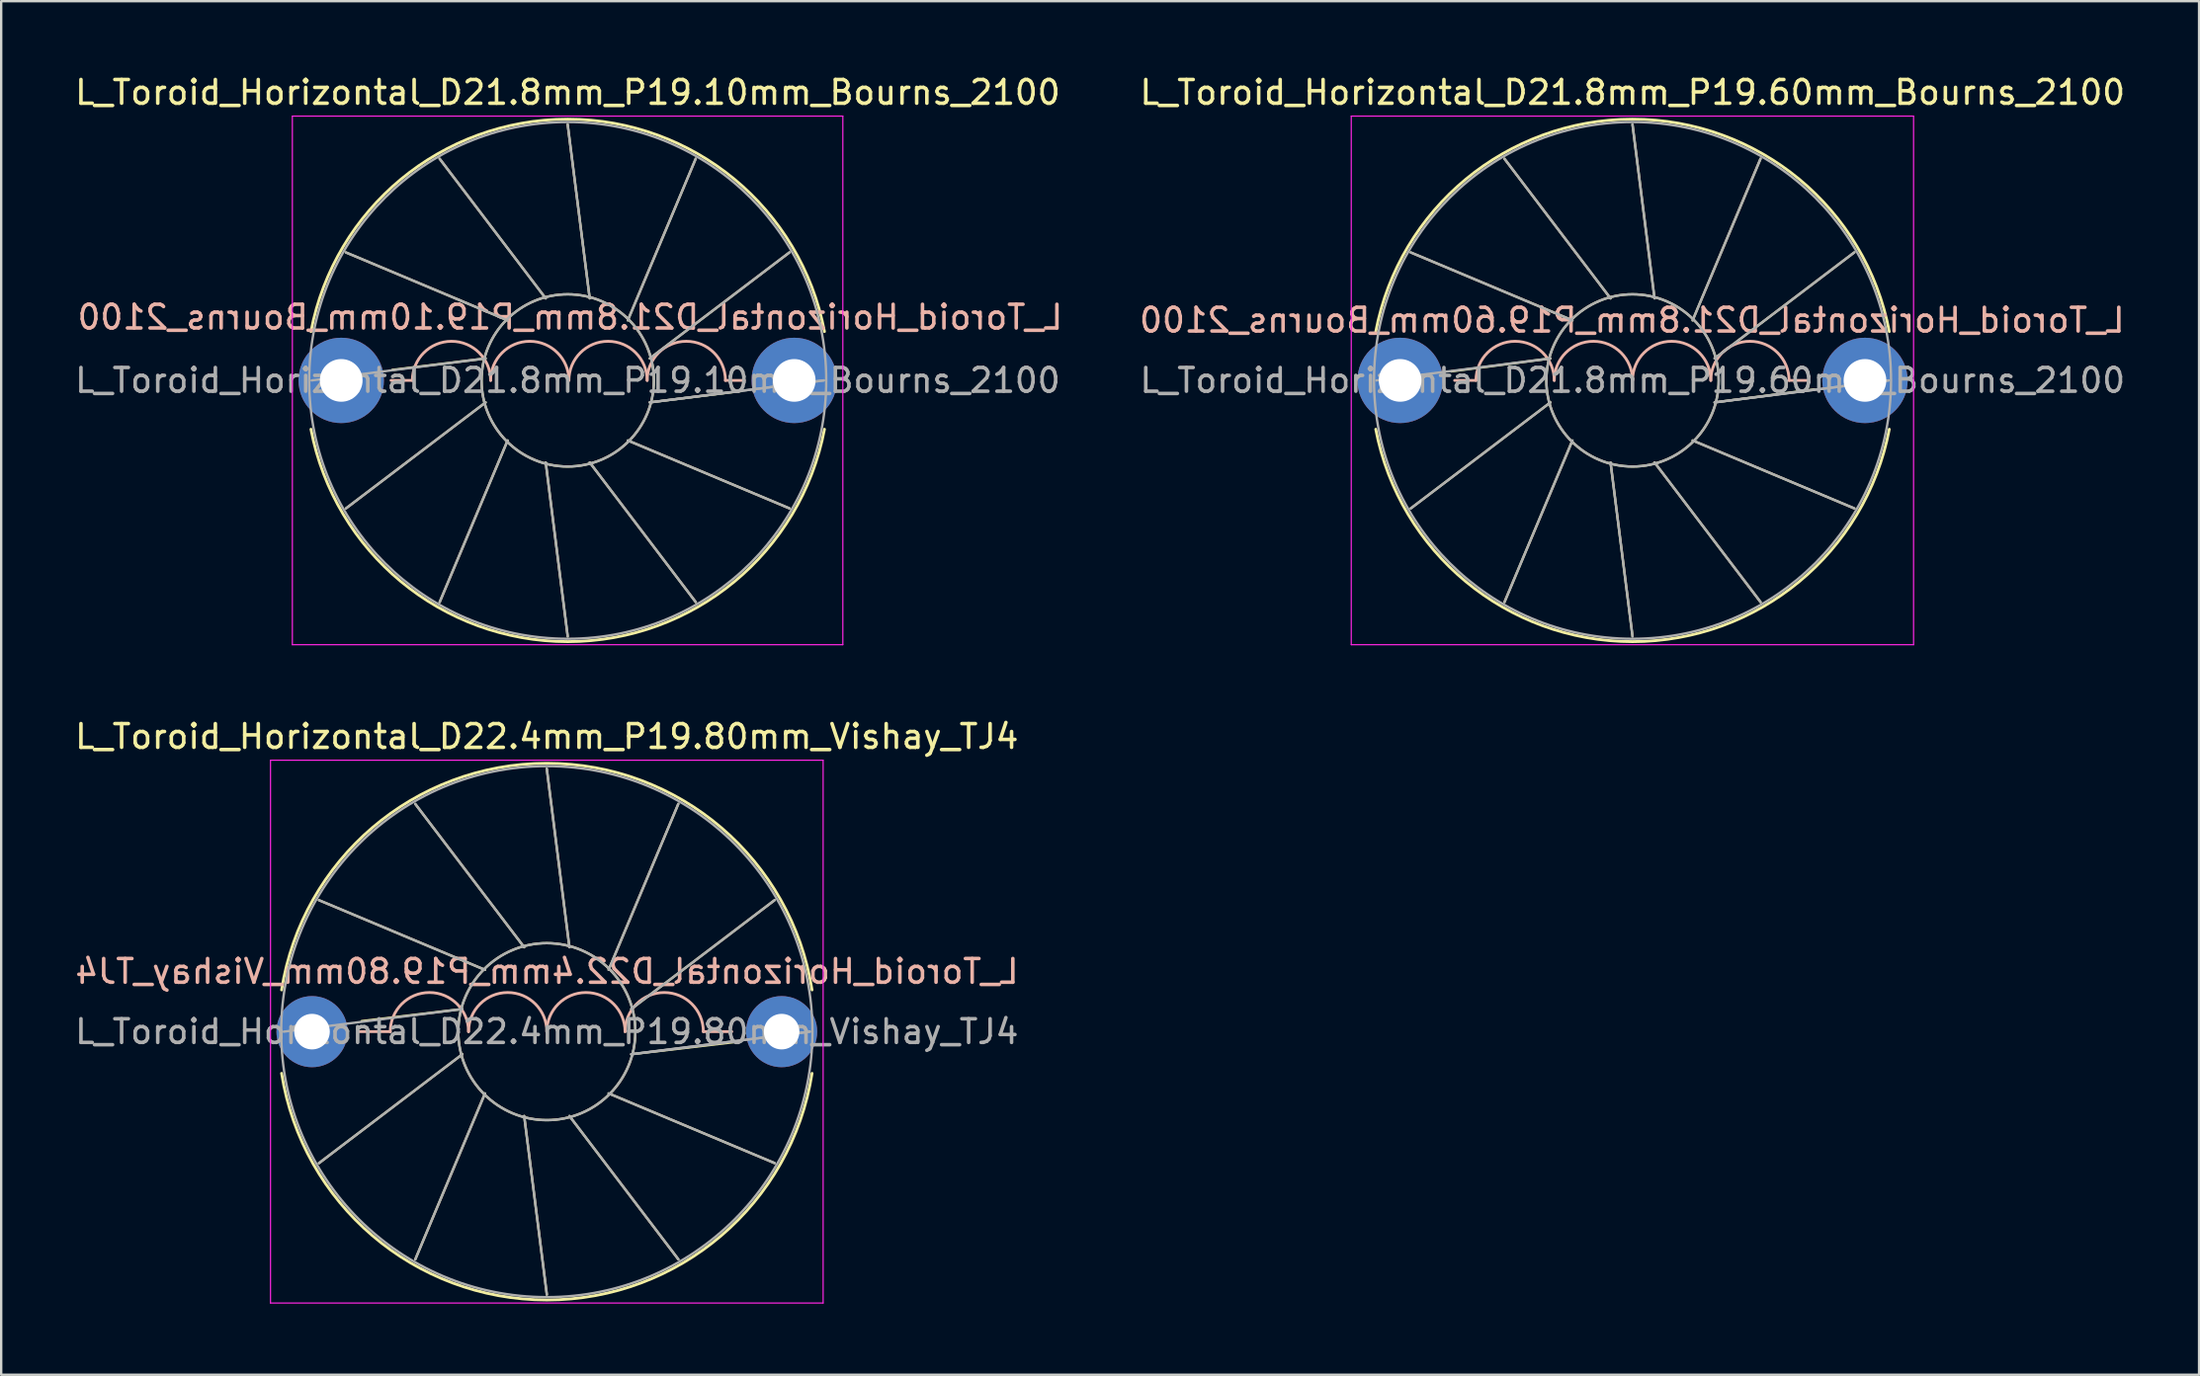
<source format=kicad_pcb>
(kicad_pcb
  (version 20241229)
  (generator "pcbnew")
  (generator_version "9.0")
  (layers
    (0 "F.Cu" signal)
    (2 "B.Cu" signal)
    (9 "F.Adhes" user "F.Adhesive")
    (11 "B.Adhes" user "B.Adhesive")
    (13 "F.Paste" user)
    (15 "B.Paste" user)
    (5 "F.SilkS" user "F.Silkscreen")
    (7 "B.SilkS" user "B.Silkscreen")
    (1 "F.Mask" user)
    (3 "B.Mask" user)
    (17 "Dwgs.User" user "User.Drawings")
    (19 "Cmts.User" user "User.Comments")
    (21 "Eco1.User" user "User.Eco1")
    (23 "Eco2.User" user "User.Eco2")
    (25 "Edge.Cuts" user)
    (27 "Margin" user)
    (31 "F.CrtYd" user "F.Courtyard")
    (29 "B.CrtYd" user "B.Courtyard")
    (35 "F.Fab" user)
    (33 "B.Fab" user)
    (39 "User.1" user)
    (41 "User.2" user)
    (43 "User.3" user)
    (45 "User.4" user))
  (footprint "L_Toroid_Horizontal_D21.8mm_P19.10mm_Bourns_2100"
    (layer "F.Cu")
    (at 11.337 12.998)
    (property "Reference" "L_Toroid_Horizontal_D21.8mm_P19.10mm_Bourns_2100" (at 9.55 -12.15 0) (layer "F.SilkS") (effects (font (size 1 1) (thickness 0.15))))
    (fp_line (start 0.197 -5.399) (end 7.016 -2.534) (stroke (width 0.1) (type solid)) (layer "F.SilkS"))
    (fp_line (start 0.198 5.401) (end 6.089 0.928) (stroke (width 0.1) (type solid)) (layer "F.SilkS"))
    (fp_line (start 2.159 -0.445) (end 6.088 -0.927) (stroke (width 0.1) (type solid)) (layer "F.SilkS"))
    (fp_line (start 4.149 -9.352) (end 8.622 -3.461) (stroke (width 0.1) (type solid)) (layer "F.SilkS"))
    (fp_line (start 4.151 9.353) (end 7.016 2.534) (stroke (width 0.1) (type solid)) (layer "F.SilkS"))
    (fp_line (start 9.548 -10.8) (end 10.477 -3.462) (stroke (width 0.1) (type solid)) (layer "F.SilkS"))
    (fp_line (start 9.55 10.8) (end 8.623 3.462) (stroke (width 0.1) (type solid)) (layer "F.SilkS"))
    (fp_line (start 14.948 -9.354) (end 12.084 -2.534) (stroke (width 0.1) (type solid)) (layer "F.SilkS"))
    (fp_line (start 14.95 9.353) (end 10.478 3.461) (stroke (width 0.1) (type solid)) (layer "F.SilkS"))
    (fp_line (start 16.891 0.445) (end 13.011 0.927) (stroke (width 0.1) (type solid)) (layer "F.SilkS"))
    (fp_line (start 18.902 -5.401) (end 13.011 -0.928) (stroke (width 0.1) (type solid)) (layer "F.SilkS"))
    (fp_line (start 18.903 5.4) (end 12.084 2.534) (stroke (width 0.1) (type solid)) (layer "F.SilkS"))
    (fp_arc (start -1.275747 -2.06) (mid 9.55 -11.02) (end 20.375747 -2.06) (stroke (width 0.12) (type solid)) (layer "F.SilkS"))
    (fp_arc (start 20.375747 2.06) (mid 9.55 11.02) (end -1.275747 2.06) (stroke (width 0.12) (type solid)) (layer "F.SilkS"))
    (fp_circle (center 9.55 0) (end 13.183 0) (stroke (width 0.1) (type solid)) (fill no) (layer "F.SilkS"))
    (fp_line (start 2.1 0) (end 3 0) (stroke (width 0.12) (type solid)) (layer "B.SilkS"))
    (fp_line (start 16.2 0) (end 17 0) (stroke (width 0.12) (type solid)) (layer "B.SilkS"))
    (fp_arc (start 3 0) (mid 4.65 -1.65) (end 6.3 0) (stroke (width 0.12) (type solid)) (layer "B.SilkS"))
    (fp_arc (start 6.3 0) (mid 7.95 -1.65) (end 9.6 0) (stroke (width 0.12) (type solid)) (layer "B.SilkS"))
    (fp_arc (start 9.6 0) (mid 11.25 -1.65) (end 12.9 0) (stroke (width 0.12) (type solid)) (layer "B.SilkS"))
    (fp_arc (start 12.9 0) (mid 14.55 -1.65) (end 16.2 0) (stroke (width 0.12) (type solid)) (layer "B.SilkS"))
    (fp_line (start -2.06 -11.15) (end -2.06 11.15) (stroke (width 0.05) (type solid)) (layer "F.CrtYd"))
    (fp_line (start -2.06 11.15) (end 21.15 11.15) (stroke (width 0.05) (type solid)) (layer "F.CrtYd"))
    (fp_line (start 21.15 -11.15) (end -2.06 -11.15) (stroke (width 0.05) (type solid)) (layer "F.CrtYd"))
    (fp_line (start 21.15 11.15) (end 21.15 -11.15) (stroke (width 0.05) (type solid)) (layer "F.CrtYd"))
    (fp_line (start -1.25 0.001) (end 6.088 -0.927) (stroke (width 0.1) (type solid)) (layer "F.Fab"))
    (fp_line (start 0.197 -5.399) (end 7.016 -2.534) (stroke (width 0.1) (type solid)) (layer "F.Fab"))
    (fp_line (start 0.198 5.401) (end 6.089 0.928) (stroke (width 0.1) (type solid)) (layer "F.Fab"))
    (fp_line (start 4.149 -9.352) (end 8.622 -3.461) (stroke (width 0.1) (type solid)) (layer "F.Fab"))
    (fp_line (start 4.151 9.353) (end 7.016 2.534) (stroke (width 0.1) (type solid)) (layer "F.Fab"))
    (fp_line (start 9.548 -10.8) (end 10.477 -3.462) (stroke (width 0.1) (type solid)) (layer "F.Fab"))
    (fp_line (start 9.55 10.8) (end 8.623 3.462) (stroke (width 0.1) (type solid)) (layer "F.Fab"))
    (fp_line (start 14.948 -9.354) (end 12.084 -2.534) (stroke (width 0.1) (type solid)) (layer "F.Fab"))
    (fp_line (start 14.95 9.353) (end 10.478 3.461) (stroke (width 0.1) (type solid)) (layer "F.Fab"))
    (fp_line (start 18.902 -5.401) (end 13.011 -0.928) (stroke (width 0.1) (type solid)) (layer "F.Fab"))
    (fp_line (start 18.903 5.4) (end 12.084 2.534) (stroke (width 0.1) (type solid)) (layer "F.Fab"))
    (fp_line (start 20.35 -0.002) (end 13.012 0.927) (stroke (width 0.1) (type solid)) (layer "F.Fab"))
    (fp_line (start 20.35 0) (end 13.011 0.927) (stroke (width 0.1) (type solid)) (layer "F.Fab"))
    (fp_circle (center 9.55 0) (end 13.183 0) (stroke (width 0.1) (type solid)) (fill no) (layer "F.Fab"))
    (fp_circle (center 9.55 0) (end 20.45 0) (stroke (width 0.1) (type solid)) (fill no) (layer "F.Fab"))
    (fp_text user "${REFERENCE}" (at 9.652 -2.667 0) (layer "B.SilkS") (effects (font (size 1 1) (thickness 0.15)) (justify mirror)))
    (fp_text user "${REFERENCE}" (at 9.55 0 0) (layer "F.Fab") (effects (font (size 1 1) (thickness 0.15))))
    (pad "1" thru_hole circle (at 0 0) (size 3.6 3.6) (drill 1.8) (layers "*.Cu" "*.Mask"))
    (pad "2" thru_hole circle (at 19.1 0) (size 3.6 3.6) (drill 1.8) (layers "*.Cu" "*.Mask")))
  (footprint "L_Toroid_Horizontal_D21.8mm_P19.60mm_Bourns_2100"
    (layer "F.Cu")
    (at 55.984 12.998)
    (property "Reference" "L_Toroid_Horizontal_D21.8mm_P19.60mm_Bourns_2100" (at 9.8 -12.15 0) (layer "F.SilkS") (effects (font (size 1 1) (thickness 0.15))))
    (fp_line (start 0.447 -5.399) (end 7.266 -2.534) (stroke (width 0.1) (type solid)) (layer "F.SilkS"))
    (fp_line (start 0.448 5.401) (end 6.339 0.928) (stroke (width 0.1) (type solid)) (layer "F.SilkS"))
    (fp_line (start 2.159 -0.381) (end 6.338 -0.927) (stroke (width 0.1) (type solid)) (layer "F.SilkS"))
    (fp_line (start 4.399 -9.352) (end 8.872 -3.461) (stroke (width 0.1) (type solid)) (layer "F.SilkS"))
    (fp_line (start 4.401 9.353) (end 7.266 2.534) (stroke (width 0.1) (type solid)) (layer "F.SilkS"))
    (fp_line (start 9.798 -10.8) (end 10.727 -3.462) (stroke (width 0.1) (type solid)) (layer "F.SilkS"))
    (fp_line (start 9.8 10.8) (end 8.873 3.462) (stroke (width 0.1) (type solid)) (layer "F.SilkS"))
    (fp_line (start 15.198 -9.354) (end 12.334 -2.534) (stroke (width 0.1) (type solid)) (layer "F.SilkS"))
    (fp_line (start 15.2 9.353) (end 10.728 3.461) (stroke (width 0.1) (type solid)) (layer "F.SilkS"))
    (fp_line (start 17.462 0.381) (end 13.262 0.927) (stroke (width 0.1) (type solid)) (layer "F.SilkS"))
    (fp_line (start 19.152 -5.401) (end 13.261 -0.928) (stroke (width 0.1) (type solid)) (layer "F.SilkS"))
    (fp_line (start 19.153 5.4) (end 12.334 2.534) (stroke (width 0.1) (type solid)) (layer "F.SilkS"))
    (fp_arc (start -1.025747 -2.06) (mid 9.8 -11.02) (end 20.625747 -2.06) (stroke (width 0.12) (type solid)) (layer "F.SilkS"))
    (fp_arc (start 20.625747 2.06) (mid 9.8 11.02) (end -1.025747 2.06) (stroke (width 0.12) (type solid)) (layer "F.SilkS"))
    (fp_circle (center 9.8 0) (end 13.433 0) (stroke (width 0.1) (type solid)) (fill no) (layer "F.SilkS"))
    (fp_line (start 2.3 0) (end 3.2 0) (stroke (width 0.12) (type solid)) (layer "B.SilkS"))
    (fp_line (start 16.4 0) (end 17.2 0) (stroke (width 0.12) (type solid)) (layer "B.SilkS"))
    (fp_arc (start 3.2 0) (mid 4.85 -1.65) (end 6.5 0) (stroke (width 0.12) (type solid)) (layer "B.SilkS"))
    (fp_arc (start 6.5 0) (mid 8.15 -1.65) (end 9.8 0) (stroke (width 0.12) (type solid)) (layer "B.SilkS"))
    (fp_arc (start 9.8 0) (mid 11.45 -1.65) (end 13.1 0) (stroke (width 0.12) (type solid)) (layer "B.SilkS"))
    (fp_arc (start 13.1 0) (mid 14.75 -1.65) (end 16.4 0) (stroke (width 0.12) (type solid)) (layer "B.SilkS"))
    (fp_line (start -2.06 -11.15) (end -2.06 11.15) (stroke (width 0.05) (type solid)) (layer "F.CrtYd"))
    (fp_line (start -2.06 11.15) (end 21.65 11.15) (stroke (width 0.05) (type solid)) (layer "F.CrtYd"))
    (fp_line (start 21.65 -11.15) (end -2.06 -11.15) (stroke (width 0.05) (type solid)) (layer "F.CrtYd"))
    (fp_line (start 21.65 11.15) (end 21.65 -11.15) (stroke (width 0.05) (type solid)) (layer "F.CrtYd"))
    (fp_line (start -1 0.001) (end 6.338 -0.927) (stroke (width 0.1) (type solid)) (layer "F.Fab"))
    (fp_line (start 0.447 -5.399) (end 7.266 -2.534) (stroke (width 0.1) (type solid)) (layer "F.Fab"))
    (fp_line (start 0.448 5.401) (end 6.339 0.928) (stroke (width 0.1) (type solid)) (layer "F.Fab"))
    (fp_line (start 4.399 -9.352) (end 8.872 -3.461) (stroke (width 0.1) (type solid)) (layer "F.Fab"))
    (fp_line (start 4.401 9.353) (end 7.266 2.534) (stroke (width 0.1) (type solid)) (layer "F.Fab"))
    (fp_line (start 9.798 -10.8) (end 10.727 -3.462) (stroke (width 0.1) (type solid)) (layer "F.Fab"))
    (fp_line (start 9.8 10.8) (end 8.873 3.462) (stroke (width 0.1) (type solid)) (layer "F.Fab"))
    (fp_line (start 15.198 -9.354) (end 12.334 -2.534) (stroke (width 0.1) (type solid)) (layer "F.Fab"))
    (fp_line (start 15.2 9.353) (end 10.728 3.461) (stroke (width 0.1) (type solid)) (layer "F.Fab"))
    (fp_line (start 19.152 -5.401) (end 13.261 -0.928) (stroke (width 0.1) (type solid)) (layer "F.Fab"))
    (fp_line (start 19.153 5.4) (end 12.334 2.534) (stroke (width 0.1) (type solid)) (layer "F.Fab"))
    (fp_line (start 20.6 -0.002) (end 13.262 0.927) (stroke (width 0.1) (type solid)) (layer "F.Fab"))
    (fp_line (start 20.6 0) (end 13.261 0.927) (stroke (width 0.1) (type solid)) (layer "F.Fab"))
    (fp_circle (center 9.8 0) (end 13.433 0) (stroke (width 0.1) (type solid)) (fill no) (layer "F.Fab"))
    (fp_circle (center 9.8 0) (end 20.7 0) (stroke (width 0.1) (type solid)) (fill no) (layer "F.Fab"))
    (fp_text user "${REFERENCE}" (at 9.779 -2.54 0) (layer "B.SilkS") (effects (font (size 1 1) (thickness 0.15)) (justify mirror)))
    (fp_text user "${REFERENCE}" (at 9.8 0 0) (layer "F.Fab") (effects (font (size 1 1) (thickness 0.15))))
    (pad "1" thru_hole circle (at 0 0) (size 3.6 3.6) (drill 1.8) (layers "*.Cu" "*.Mask"))
    (pad "2" thru_hole circle (at 19.6 0) (size 3.6 3.6) (drill 1.8) (layers "*.Cu" "*.Mask")))
  (footprint "L_Toroid_Horizontal_D22.4mm_P19.80mm_Vishay_TJ4"
    (layer "F.Cu")
    (at 10.106 40.471)
    (property "Reference" "L_Toroid_Horizontal_D22.4mm_P19.80mm_Vishay_TJ4" (at 9.9 -12.45 0) (layer "F.SilkS") (effects (font (size 1 1) (thickness 0.15))))
    (fp_line (start 0.292 -5.546) (end 7.294 -2.606) (stroke (width 0.1) (type solid)) (layer "F.SilkS"))
    (fp_line (start 0.293 5.548) (end 6.34 0.954) (stroke (width 0.1) (type solid)) (layer "F.SilkS"))
    (fp_line (start 2.095 -0.445) (end 6.34 -0.954) (stroke (width 0.1) (type solid)) (layer "F.SilkS"))
    (fp_line (start 4.352 -9.607) (end 8.946 -3.56) (stroke (width 0.1) (type solid)) (layer "F.SilkS"))
    (fp_line (start 4.354 9.608) (end 7.294 2.606) (stroke (width 0.1) (type solid)) (layer "F.SilkS"))
    (fp_line (start 9.898 -11.094) (end 10.853 -3.56) (stroke (width 0.1) (type solid)) (layer "F.SilkS"))
    (fp_line (start 9.901 11.094) (end 8.946 3.56) (stroke (width 0.1) (type solid)) (layer "F.SilkS"))
    (fp_line (start 15.445 -9.608) (end 12.506 -2.607) (stroke (width 0.1) (type solid)) (layer "F.SilkS"))
    (fp_line (start 15.447 9.607) (end 10.854 3.56) (stroke (width 0.1) (type solid)) (layer "F.SilkS"))
    (fp_line (start 17.78 0.445) (end 13.46 0.954) (stroke (width 0.1) (type solid)) (layer "F.SilkS"))
    (fp_line (start 19.506 -5.548) (end 13.46 -0.955) (stroke (width 0.1) (type solid)) (layer "F.SilkS"))
    (fp_line (start 19.507 5.547) (end 12.506 2.606) (stroke (width 0.1) (type solid)) (layer "F.SilkS"))
    (fp_arc (start -1.282343 -1.76) (mid 9.9 -11.32) (end 21.082343 -1.76) (stroke (width 0.12) (type solid)) (layer "F.SilkS"))
    (fp_arc (start 21.082343 1.76) (mid 9.9 11.32) (end -1.282343 1.76) (stroke (width 0.12) (type solid)) (layer "F.SilkS"))
    (fp_circle (center 9.9 0) (end 13.633 0) (stroke (width 0.1) (type solid)) (fill no) (layer "F.SilkS"))
    (fp_line (start 2 0) (end 3.3 0) (stroke (width 0.12) (type solid)) (layer "B.SilkS"))
    (fp_line (start 16.5 0) (end 17.7 0) (stroke (width 0.12) (type solid)) (layer "B.SilkS"))
    (fp_arc (start 3.3 0) (mid 4.95 -1.65) (end 6.6 0) (stroke (width 0.12) (type solid)) (layer "B.SilkS"))
    (fp_arc (start 6.6 0) (mid 8.25 -1.65) (end 9.9 0) (stroke (width 0.12) (type solid)) (layer "B.SilkS"))
    (fp_arc (start 9.9 0) (mid 11.55 -1.65) (end 13.2 0) (stroke (width 0.12) (type solid)) (layer "B.SilkS"))
    (fp_arc (start 13.2 0) (mid 14.85 -1.65) (end 16.5 0) (stroke (width 0.12) (type solid)) (layer "B.SilkS"))
    (fp_line (start -1.75 -11.45) (end -1.75 11.45) (stroke (width 0.05) (type solid)) (layer "F.CrtYd"))
    (fp_line (start -1.75 11.45) (end 21.55 11.45) (stroke (width 0.05) (type solid)) (layer "F.CrtYd"))
    (fp_line (start 21.55 -11.45) (end -1.75 -11.45) (stroke (width 0.05) (type solid)) (layer "F.CrtYd"))
    (fp_line (start 21.55 11.45) (end 21.55 -11.45) (stroke (width 0.05) (type solid)) (layer "F.CrtYd"))
    (fp_line (start -1.194 0.001) (end 6.34 -0.954) (stroke (width 0.1) (type solid)) (layer "F.Fab"))
    (fp_line (start 0.292 -5.546) (end 7.294 -2.606) (stroke (width 0.1) (type solid)) (layer "F.Fab"))
    (fp_line (start 0.293 5.548) (end 6.34 0.954) (stroke (width 0.1) (type solid)) (layer "F.Fab"))
    (fp_line (start 4.352 -9.607) (end 8.946 -3.56) (stroke (width 0.1) (type solid)) (layer "F.Fab"))
    (fp_line (start 4.354 9.608) (end 7.294 2.606) (stroke (width 0.1) (type solid)) (layer "F.Fab"))
    (fp_line (start 9.898 -11.094) (end 10.853 -3.56) (stroke (width 0.1) (type solid)) (layer "F.Fab"))
    (fp_line (start 9.901 11.094) (end 8.946 3.56) (stroke (width 0.1) (type solid)) (layer "F.Fab"))
    (fp_line (start 15.445 -9.608) (end 12.506 -2.607) (stroke (width 0.1) (type solid)) (layer "F.Fab"))
    (fp_line (start 15.447 9.607) (end 10.854 3.56) (stroke (width 0.1) (type solid)) (layer "F.Fab"))
    (fp_line (start 19.506 -5.548) (end 13.46 -0.955) (stroke (width 0.1) (type solid)) (layer "F.Fab"))
    (fp_line (start 19.507 5.547) (end 12.506 2.606) (stroke (width 0.1) (type solid)) (layer "F.Fab"))
    (fp_line (start 20.994 -0.002) (end 13.46 0.953) (stroke (width 0.1) (type solid)) (layer "F.Fab"))
    (fp_line (start 20.994 0) (end 13.46 0.954) (stroke (width 0.1) (type solid)) (layer "F.Fab"))
    (fp_circle (center 9.9 0) (end 13.633 0) (stroke (width 0.1) (type solid)) (fill no) (layer "F.Fab"))
    (fp_circle (center 9.9 0) (end 21.1 0) (stroke (width 0.1) (type solid)) (fill no) (layer "F.Fab"))
    (fp_text user "${REFERENCE}" (at 9.906 -2.54 0) (layer "B.SilkS") (effects (font (size 1 1) (thickness 0.15)) (justify mirror)))
    (fp_text user "${REFERENCE}" (at 9.9 0 0) (layer "F.Fab") (effects (font (size 1 1) (thickness 0.15))))
    (pad "1" thru_hole circle (at 0 0) (size 3 3) (drill 1.5) (layers "*.Cu" "*.Mask"))
    (pad "2" thru_hole circle (at 19.8 0) (size 3 3) (drill 1.5) (layers "*.Cu" "*.Mask")))
  (gr_rect
    (start -3 -3)
    (end 89.671 54.947)
    (stroke (width 0.1) (type default))
    (fill no)
    (layer "Edge.Cuts")))
</source>
